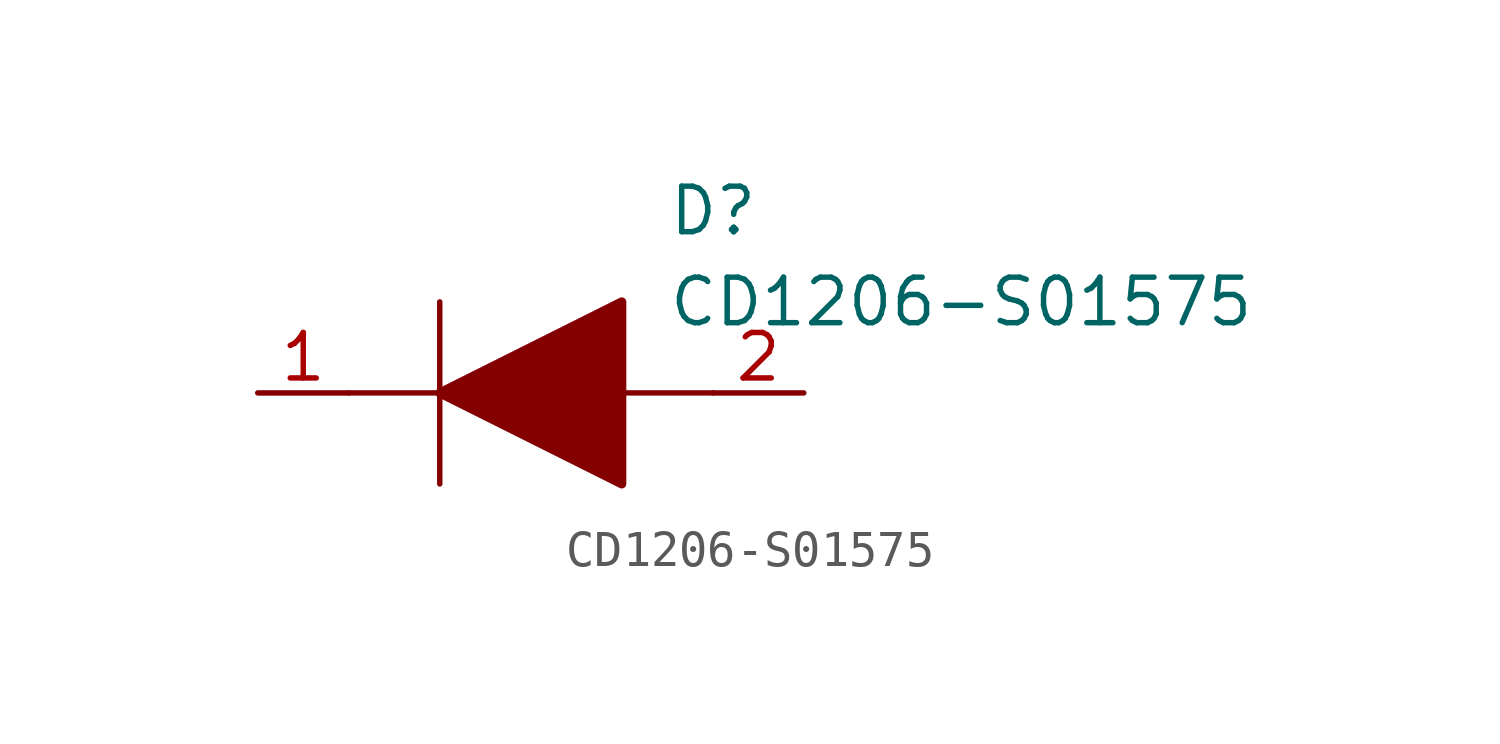
<source format=kicad_sym>
(kicad_symbol_lib
  (version 20211014)
  (generator kicad_symbol_editor)
  (symbol "CD1206-S01575"
    (pin_names
      (offset 0.762))
    (property "Reference" "D"
      (at 11.43 5.08 0)
      (effects (font (size 1.27 1.27)) (justify left)))
    (property "Value" "CD1206-S01575"
      (at 11.43 2.54 0)
      (effects (font (size 1.27 1.27)) (justify left)))
    (symbol "CD1206-S01575_0_0"
      (pin passive line (at 0 0 0) (length 2.54) (name "~" (effects (font (size 1.27 1.27)))) (number "1" (effects (font (size 1.27 1.27)))))
      (pin passive line (at 15.24 0 180) (length 2.54) (name "~" (effects (font (size 1.27 1.27)))) (number "2" (effects (font (size 1.27 1.27))))))
    (symbol "CD1206-S01575_0_1"
      (polyline (pts (xy 2.54 0) (xy 5.08 0)) (stroke (width 0.152) (type default) (color 0 0 0 0)) (fill (type none)))
      (polyline (pts (xy 5.08 2.54) (xy 5.08 -2.54)) (stroke (width 0.152) (type default) (color 0 0 0 0)) (fill (type none)))
      (polyline (pts (xy 10.16 0) (xy 12.7 0)) (stroke (width 0.152) (type default) (color 0 0 0 0)) (fill (type none)))
      (polyline (pts (xy 5.08 0) (xy 10.16 2.54) (xy 10.16 -2.54) (xy 5.08 0)) (stroke (width 0.254) (type default) (color 0 0 0 0)) (fill (type outline))))))
</source>
